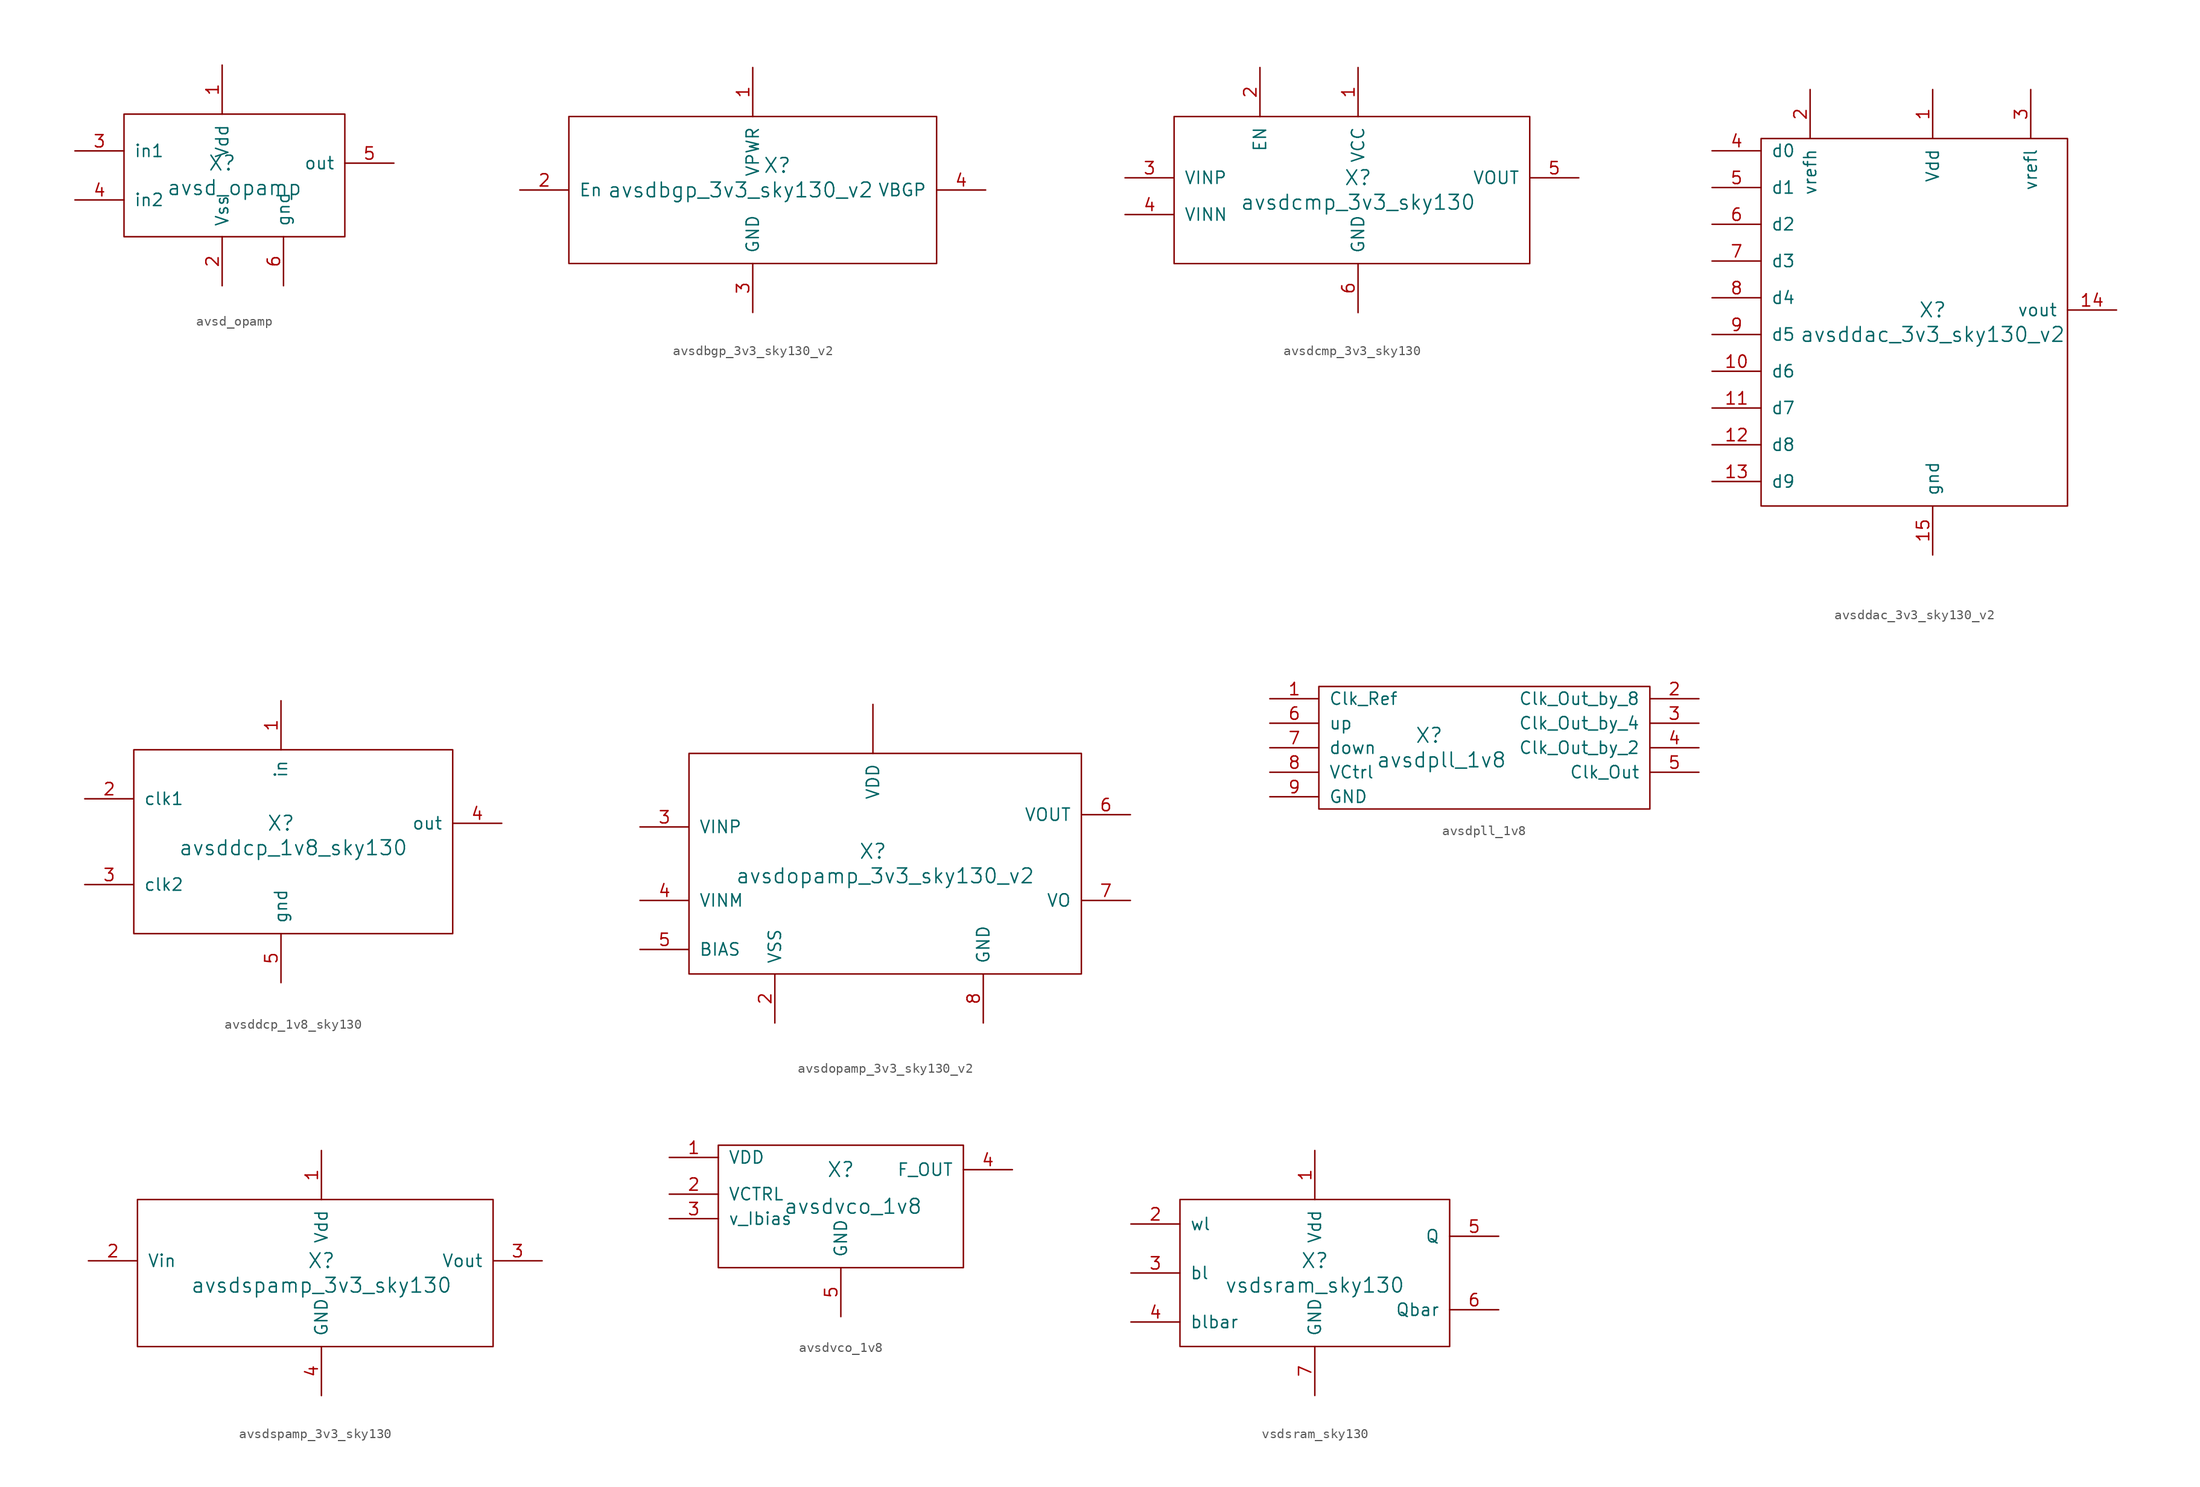
<source format=kicad_sym>
(kicad_symbol_lib
  (version 20211014)
  (generator kicad_symbol_editor)
  (symbol "avsd_opamp"
    (pin_names
      (offset 1.016))
    (property "Reference" "X"
      (at 0 0 0)
      (effects (font (size 1.524 1.524))))
    (property "Value" "avsd_opamp"
      (at 1.27 -2.54 0)
      (effects (font (size 1.524 1.524))))
    (symbol "avsd_opamp_0_1"
      (rectangle (start -10.16 5.08) (end 12.7 -7.62) (stroke (width 0) (type default) (color 0 0 0 0)) (fill (type none))))
    (symbol "avsd_opamp_1_1"
      (pin input line (at 0 10.16 270) (length 5.08) (name "Vdd" (effects (font (size 1.27 1.27)))) (number "1" (effects (font (size 1.27 1.27)))))
      (pin input line (at 0 -12.7 90) (length 5.08) (name "Vss" (effects (font (size 1.27 1.27)))) (number "2" (effects (font (size 1.27 1.27)))))
      (pin input line (at -15.24 1.27 0) (length 5.08) (name "in1" (effects (font (size 1.27 1.27)))) (number "3" (effects (font (size 1.27 1.27)))))
      (pin input line (at -15.24 -3.81 0) (length 5.08) (name "in2" (effects (font (size 1.27 1.27)))) (number "4" (effects (font (size 1.27 1.27)))))
      (pin input line (at 17.78 0 180) (length 5.08) (name "out" (effects (font (size 1.27 1.27)))) (number "5" (effects (font (size 1.27 1.27)))))
      (pin input line (at 6.35 -12.7 90) (length 5.08) (name "gnd" (effects (font (size 1.27 1.27)))) (number "6" (effects (font (size 1.27 1.27)))))))
  (symbol "avsdbgp_3v3_sky130_v2"
    (pin_names
      (offset 1.016))
    (property "Reference" "X"
      (at 2.54 0 0)
      (effects (font (size 1.524 1.524))))
    (property "Value" "avsdbgp_3v3_sky130_v2"
      (at -1.27 -2.54 0)
      (effects (font (size 1.524 1.524))))
    (symbol "avsdbgp_3v3_sky130_v2_0_1"
      (rectangle (start -19.05 5.08) (end 19.05 -10.16) (stroke (width 0) (type default) (color 0 0 0 0)) (fill (type none))))
    (symbol "avsdbgp_3v3_sky130_v2_1_1"
      (pin input line (at 0 10.16 270) (length 5.08) (name "VPWR" (effects (font (size 1.27 1.27)))) (number "1" (effects (font (size 1.27 1.27)))))
      (pin input line (at -24.13 -2.54 0) (length 5.08) (name "En" (effects (font (size 1.27 1.27)))) (number "2" (effects (font (size 1.27 1.27)))))
      (pin input line (at 0 -15.24 90) (length 5.08) (name "GND" (effects (font (size 1.27 1.27)))) (number "3" (effects (font (size 1.27 1.27)))))
      (pin input line (at 24.13 -2.54 180) (length 5.08) (name "VBGP" (effects (font (size 1.27 1.27)))) (number "4" (effects (font (size 1.27 1.27)))))))
  (symbol "avsdcmp_3v3_sky130"
    (pin_names
      (offset 1.016))
    (property "Reference" "X"
      (at 0 0 0)
      (effects (font (size 1.524 1.524))))
    (property "Value" "avsdcmp_3v3_sky130"
      (at 0 -2.54 0)
      (effects (font (size 1.524 1.524))))
    (symbol "avsdcmp_3v3_sky130_0_1"
      (rectangle (start -19.05 6.35) (end 17.78 -8.89) (stroke (width 0) (type default) (color 0 0 0 0)) (fill (type none))))
    (symbol "avsdcmp_3v3_sky130_1_1"
      (pin input line (at 0 11.43 270) (length 5.08) (name "VCC" (effects (font (size 1.27 1.27)))) (number "1" (effects (font (size 1.27 1.27)))))
      (pin input line (at -10.16 11.43 270) (length 5.08) (name "EN" (effects (font (size 1.27 1.27)))) (number "2" (effects (font (size 1.27 1.27)))))
      (pin input line (at -24.13 0 0) (length 5.08) (name "VINP" (effects (font (size 1.27 1.27)))) (number "3" (effects (font (size 1.27 1.27)))))
      (pin input line (at -24.13 -3.81 0) (length 5.08) (name "VINN" (effects (font (size 1.27 1.27)))) (number "4" (effects (font (size 1.27 1.27)))))
      (pin input line (at 22.86 0 180) (length 5.08) (name "VOUT" (effects (font (size 1.27 1.27)))) (number "5" (effects (font (size 1.27 1.27)))))
      (pin input line (at 0 -13.97 90) (length 5.08) (name "GND" (effects (font (size 1.27 1.27)))) (number "6" (effects (font (size 1.27 1.27)))))))
  (symbol "avsddac_3v3_sky130_v2"
    (pin_names
      (offset 1.016))
    (property "Reference" "X"
      (at 0 0 0)
      (effects (font (size 1.524 1.524))))
    (property "Value" "avsddac_3v3_sky130_v2"
      (at 0 -2.54 0)
      (effects (font (size 1.524 1.524))))
    (symbol "avsddac_3v3_sky130_v2_0_1"
      (rectangle (start -17.78 17.78) (end 13.97 -20.32) (stroke (width 0) (type default) (color 0 0 0 0)) (fill (type none))))
    (symbol "avsddac_3v3_sky130_v2_1_1"
      (pin input line (at 0 22.86 270) (length 5.08) (name "Vdd" (effects (font (size 1.27 1.27)))) (number "1" (effects (font (size 1.27 1.27)))))
      (pin input line (at -22.86 -6.35 0) (length 5.08) (name "d6" (effects (font (size 1.27 1.27)))) (number "10" (effects (font (size 1.27 1.27)))))
      (pin input line (at -22.86 -10.16 0) (length 5.08) (name "d7" (effects (font (size 1.27 1.27)))) (number "11" (effects (font (size 1.27 1.27)))))
      (pin input line (at -22.86 -13.97 0) (length 5.08) (name "d8" (effects (font (size 1.27 1.27)))) (number "12" (effects (font (size 1.27 1.27)))))
      (pin input line (at -22.86 -17.78 0) (length 5.08) (name "d9" (effects (font (size 1.27 1.27)))) (number "13" (effects (font (size 1.27 1.27)))))
      (pin input line (at 19.05 0 180) (length 5.08) (name "vout" (effects (font (size 1.27 1.27)))) (number "14" (effects (font (size 1.27 1.27)))))
      (pin input line (at 0 -25.4 90) (length 5.08) (name "gnd" (effects (font (size 1.27 1.27)))) (number "15" (effects (font (size 1.27 1.27)))))
      (pin input line (at -12.7 22.86 270) (length 5.08) (name "vrefh" (effects (font (size 1.27 1.27)))) (number "2" (effects (font (size 1.27 1.27)))))
      (pin input line (at 10.16 22.86 270) (length 5.08) (name "vrefl" (effects (font (size 1.27 1.27)))) (number "3" (effects (font (size 1.27 1.27)))))
      (pin input line (at -22.86 16.51 0) (length 5.08) (name "d0" (effects (font (size 1.27 1.27)))) (number "4" (effects (font (size 1.27 1.27)))))
      (pin input line (at -22.86 12.7 0) (length 5.08) (name "d1" (effects (font (size 1.27 1.27)))) (number "5" (effects (font (size 1.27 1.27)))))
      (pin input line (at -22.86 8.89 0) (length 5.08) (name "d2" (effects (font (size 1.27 1.27)))) (number "6" (effects (font (size 1.27 1.27)))))
      (pin input line (at -22.86 5.08 0) (length 5.08) (name "d3" (effects (font (size 1.27 1.27)))) (number "7" (effects (font (size 1.27 1.27)))))
      (pin input line (at -22.86 1.27 0) (length 5.08) (name "d4" (effects (font (size 1.27 1.27)))) (number "8" (effects (font (size 1.27 1.27)))))
      (pin input line (at -22.86 -2.54 0) (length 5.08) (name "d5" (effects (font (size 1.27 1.27)))) (number "9" (effects (font (size 1.27 1.27)))))))
  (symbol "avsddcp_1v8_sky130"
    (pin_names
      (offset 1.016))
    (property "Reference" "X"
      (at 0 0 0)
      (effects (font (size 1.524 1.524))))
    (property "Value" "avsddcp_1v8_sky130"
      (at 1.27 -2.54 0)
      (effects (font (size 1.524 1.524))))
    (symbol "avsddcp_1v8_sky130_0_1"
      (rectangle (start -15.24 7.62) (end 17.78 -11.43) (stroke (width 0) (type default) (color 0 0 0 0)) (fill (type none))))
    (symbol "avsddcp_1v8_sky130_1_1"
      (pin input line (at 0 12.7 270) (length 5.08) (name "in" (effects (font (size 1.27 1.27)))) (number "1" (effects (font (size 1.27 1.27)))))
      (pin input line (at -20.32 2.54 0) (length 5.08) (name "clk1" (effects (font (size 1.27 1.27)))) (number "2" (effects (font (size 1.27 1.27)))))
      (pin input line (at -20.32 -6.35 0) (length 5.08) (name "clk2" (effects (font (size 1.27 1.27)))) (number "3" (effects (font (size 1.27 1.27)))))
      (pin input line (at 22.86 0 180) (length 5.08) (name "out" (effects (font (size 1.27 1.27)))) (number "4" (effects (font (size 1.27 1.27)))))
      (pin input line (at 0 -16.51 90) (length 5.08) (name "gnd" (effects (font (size 1.27 1.27)))) (number "5" (effects (font (size 1.27 1.27)))))))
  (symbol "avsdopamp_3v3_sky130_v2"
    (pin_names
      (offset 1.016))
    (property "Reference" "X"
      (at 0 0 0)
      (effects (font (size 1.524 1.524))))
    (property "Value" "avsdopamp_3v3_sky130_v2"
      (at 1.27 -2.54 0)
      (effects (font (size 1.524 1.524))))
    (symbol "avsdopamp_3v3_sky130_v2_0_1"
      (rectangle (start -19.05 10.16) (end 21.59 -12.7) (stroke (width 0) (type default) (color 0 0 0 0)) (fill (type none))))
    (symbol "avsdopamp_3v3_sky130_v2_1_1"
      (pin input line (at -10.16 -17.78 90) (length 5.08) (name "VSS" (effects (font (size 1.27 1.27)))) (number "2" (effects (font (size 1.27 1.27)))))
      (pin input line (at -24.13 2.54 0) (length 5.08) (name "VINP" (effects (font (size 1.27 1.27)))) (number "3" (effects (font (size 1.27 1.27)))))
      (pin input line (at -24.13 -5.08 0) (length 5.08) (name "VINM" (effects (font (size 1.27 1.27)))) (number "4" (effects (font (size 1.27 1.27)))))
      (pin input line (at -24.13 -10.16 0) (length 5.08) (name "BIAS" (effects (font (size 1.27 1.27)))) (number "5" (effects (font (size 1.27 1.27)))))
      (pin input line (at 26.67 3.81 180) (length 5.08) (name "VOUT" (effects (font (size 1.27 1.27)))) (number "6" (effects (font (size 1.27 1.27)))))
      (pin input line (at 26.67 -5.08 180) (length 5.08) (name "VO" (effects (font (size 1.27 1.27)))) (number "7" (effects (font (size 1.27 1.27)))))
      (pin input line (at 11.43 -17.78 90) (length 5.08) (name "GND" (effects (font (size 1.27 1.27)))) (number "8" (effects (font (size 1.27 1.27)))))
      (pin input line (at 0 15.24 270) (length 5.08) (name "VDD" (effects (font (size 1.27 1.27)))) (number "~" (effects (font (size 1.27 1.27)))))))
  (symbol "avsdpll_1v8"
    (pin_names
      (offset 1.016))
    (property "Reference" "X"
      (at 0 0 0)
      (effects (font (size 1.524 1.524))))
    (property "Value" "avsdpll_1v8"
      (at 1.27 -2.54 0)
      (effects (font (size 1.524 1.524))))
    (symbol "avsdpll_1v8_0_1"
      (rectangle (start -11.43 5.08) (end 22.86 -7.62) (stroke (width 0) (type default) (color 0 0 0 0)) (fill (type none))))
    (symbol "avsdpll_1v8_1_1"
      (pin input line (at -16.51 3.81 0) (length 5.08) (name "Clk_Ref" (effects (font (size 1.27 1.27)))) (number "1" (effects (font (size 1.27 1.27)))))
      (pin input line (at 27.94 3.81 180) (length 5.08) (name "Clk_Out_by_8" (effects (font (size 1.27 1.27)))) (number "2" (effects (font (size 1.27 1.27)))))
      (pin input line (at 27.94 1.27 180) (length 5.08) (name "Clk_Out_by_4" (effects (font (size 1.27 1.27)))) (number "3" (effects (font (size 1.27 1.27)))))
      (pin input line (at 27.94 -1.27 180) (length 5.08) (name "Clk_Out_by_2" (effects (font (size 1.27 1.27)))) (number "4" (effects (font (size 1.27 1.27)))))
      (pin input line (at 27.94 -3.81 180) (length 5.08) (name "Clk_Out" (effects (font (size 1.27 1.27)))) (number "5" (effects (font (size 1.27 1.27)))))
      (pin input line (at -16.51 1.27 0) (length 5.08) (name "up" (effects (font (size 1.27 1.27)))) (number "6" (effects (font (size 1.27 1.27)))))
      (pin input line (at -16.51 -1.27 0) (length 5.08) (name "down" (effects (font (size 1.27 1.27)))) (number "7" (effects (font (size 1.27 1.27)))))
      (pin input line (at -16.51 -3.81 0) (length 5.08) (name "VCtrl" (effects (font (size 1.27 1.27)))) (number "8" (effects (font (size 1.27 1.27)))))
      (pin input line (at -16.51 -6.35 0) (length 5.08) (name "GND" (effects (font (size 1.27 1.27)))) (number "9" (effects (font (size 1.27 1.27)))))))
  (symbol "avsdspamp_3v3_sky130"
    (pin_names
      (offset 1.016))
    (property "Reference" "X"
      (at 0 0 0)
      (effects (font (size 1.524 1.524))))
    (property "Value" "avsdspamp_3v3_sky130"
      (at 0 -2.54 0)
      (effects (font (size 1.524 1.524))))
    (symbol "avsdspamp_3v3_sky130_0_1"
      (rectangle (start -19.05 6.35) (end 17.78 -8.89) (stroke (width 0) (type default) (color 0 0 0 0)) (fill (type none))))
    (symbol "avsdspamp_3v3_sky130_1_1"
      (pin input line (at 0 11.43 270) (length 5.08) (name "Vdd" (effects (font (size 1.27 1.27)))) (number "1" (effects (font (size 1.27 1.27)))))
      (pin input line (at -24.13 0 0) (length 5.08) (name "Vin" (effects (font (size 1.27 1.27)))) (number "2" (effects (font (size 1.27 1.27)))))
      (pin input line (at 22.86 0 180) (length 5.08) (name "Vout" (effects (font (size 1.27 1.27)))) (number "3" (effects (font (size 1.27 1.27)))))
      (pin input line (at 0 -13.97 90) (length 5.08) (name "GND" (effects (font (size 1.27 1.27)))) (number "4" (effects (font (size 1.27 1.27)))))))
  (symbol "avsdvco_1v8"
    (pin_names
      (offset 1.016))
    (property "Reference" "X"
      (at 0 2.54 0)
      (effects (font (size 1.524 1.524))))
    (property "Value" "avsdvco_1v8"
      (at 1.27 -1.27 0)
      (effects (font (size 1.524 1.524))))
    (symbol "avsdvco_1v8_0_1"
      (rectangle (start -12.7 5.08) (end 12.7 -7.62) (stroke (width 0) (type default) (color 0 0 0 0)) (fill (type none))))
    (symbol "avsdvco_1v8_1_1"
      (pin input line (at -17.78 3.81 0) (length 5.08) (name "VDD" (effects (font (size 1.27 1.27)))) (number "1" (effects (font (size 1.27 1.27)))))
      (pin input line (at -17.78 0 0) (length 5.08) (name "VCTRL" (effects (font (size 1.27 1.27)))) (number "2" (effects (font (size 1.27 1.27)))))
      (pin input line (at -17.78 -2.54 0) (length 5.08) (name "v_Ibias" (effects (font (size 1.27 1.27)))) (number "3" (effects (font (size 1.27 1.27)))))
      (pin input line (at 17.78 2.54 180) (length 5.08) (name "F_OUT" (effects (font (size 1.27 1.27)))) (number "4" (effects (font (size 1.27 1.27)))))
      (pin input line (at 0 -12.7 90) (length 5.08) (name "GND" (effects (font (size 1.27 1.27)))) (number "5" (effects (font (size 1.27 1.27)))))))
  (symbol "vsdsram_sky130"
    (pin_names
      (offset 1.016))
    (property "Reference" "X"
      (at 0 0 0)
      (effects (font (size 1.524 1.524))))
    (property "Value" "vsdsram_sky130"
      (at 0 -2.54 0)
      (effects (font (size 1.524 1.524))))
    (symbol "vsdsram_sky130_0_1"
      (rectangle (start -13.97 6.35) (end 13.97 -8.89) (stroke (width 0) (type default) (color 0 0 0 0)) (fill (type none))))
    (symbol "vsdsram_sky130_1_1"
      (pin input line (at 0 11.43 270) (length 5.08) (name "Vdd" (effects (font (size 1.27 1.27)))) (number "1" (effects (font (size 1.27 1.27)))))
      (pin input line (at -19.05 3.81 0) (length 5.08) (name "wl" (effects (font (size 1.27 1.27)))) (number "2" (effects (font (size 1.27 1.27)))))
      (pin input line (at -19.05 -1.27 0) (length 5.08) (name "bl" (effects (font (size 1.27 1.27)))) (number "3" (effects (font (size 1.27 1.27)))))
      (pin input line (at -19.05 -6.35 0) (length 5.08) (name "blbar" (effects (font (size 1.27 1.27)))) (number "4" (effects (font (size 1.27 1.27)))))
      (pin input line (at 19.05 2.54 180) (length 5.08) (name "Q" (effects (font (size 1.27 1.27)))) (number "5" (effects (font (size 1.27 1.27)))))
      (pin input line (at 19.05 -5.08 180) (length 5.08) (name "Qbar" (effects (font (size 1.27 1.27)))) (number "6" (effects (font (size 1.27 1.27)))))
      (pin input line (at 0 -13.97 90) (length 5.08) (name "GND" (effects (font (size 1.27 1.27)))) (number "7" (effects (font (size 1.27 1.27))))))))
</source>
